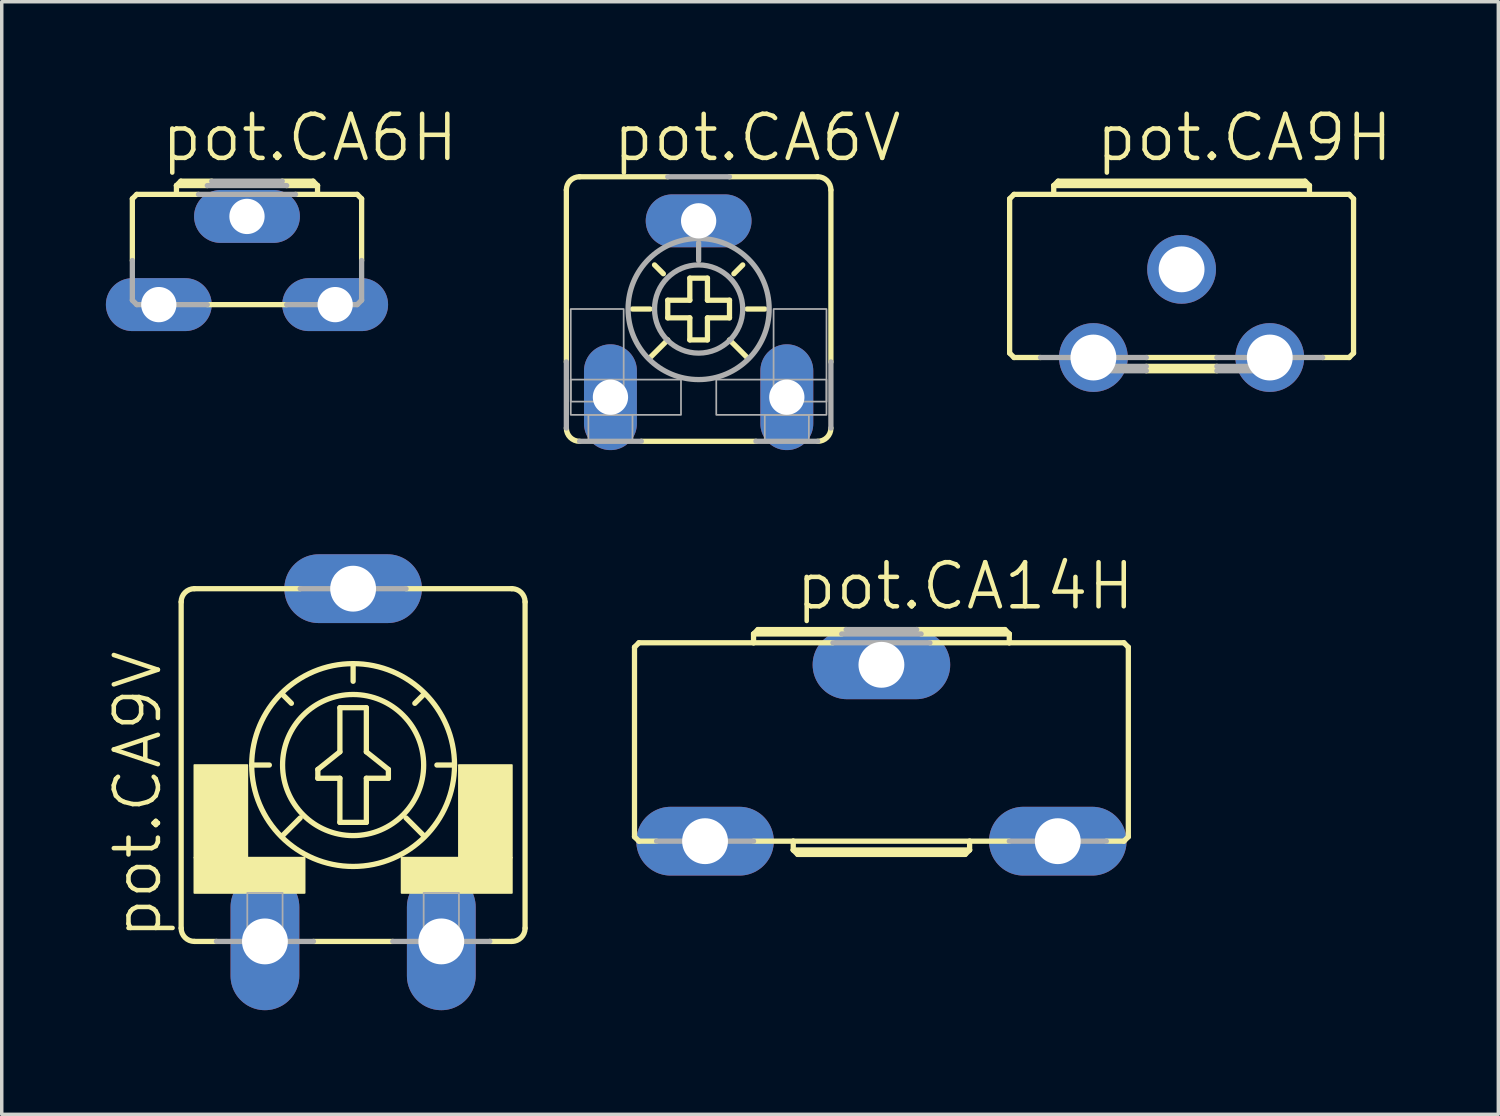
<source format=kicad_pcb>
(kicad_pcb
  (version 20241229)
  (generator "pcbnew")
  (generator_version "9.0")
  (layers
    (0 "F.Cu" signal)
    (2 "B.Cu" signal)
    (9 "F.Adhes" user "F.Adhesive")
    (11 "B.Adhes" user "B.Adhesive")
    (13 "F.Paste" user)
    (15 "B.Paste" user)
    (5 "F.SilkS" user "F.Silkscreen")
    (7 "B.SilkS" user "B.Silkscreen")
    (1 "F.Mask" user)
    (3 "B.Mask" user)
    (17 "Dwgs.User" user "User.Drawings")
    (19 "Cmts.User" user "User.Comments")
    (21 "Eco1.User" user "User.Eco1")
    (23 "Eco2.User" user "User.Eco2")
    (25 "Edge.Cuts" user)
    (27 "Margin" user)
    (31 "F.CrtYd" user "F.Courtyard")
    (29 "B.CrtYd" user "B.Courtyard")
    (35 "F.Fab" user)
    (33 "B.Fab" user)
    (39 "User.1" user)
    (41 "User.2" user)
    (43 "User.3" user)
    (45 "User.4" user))
  (footprint "pot.CA9V"
    (layer "F.Cu")
    (at 7.121 18.986)
    (property "Reference" "pot.CA9V" (at -5.461 5.08 90) (layer "F.SilkS") (effects (font (size 1.27 1.27) (thickness 0.13)) (justify left bottom)))
    (attr through_hole)
    (fp_line (start -4.953 4.699) (end -4.953 -4.699) (stroke (width 0.152) (type default)) (layer "F.SilkS"))
    (fp_line (start -4.572 -5.08) (end -1.524 -5.08) (stroke (width 0.152) (type default)) (layer "F.SilkS"))
    (fp_line (start -3.937 5.08) (end -4.572 5.08) (stroke (width 0.152) (type default)) (layer "F.SilkS"))
    (fp_line (start -2.921 0) (end -2.413 0) (stroke (width 0.152) (type default)) (layer "F.SilkS"))
    (fp_line (start -1.778 -1.778) (end -2.032 -2.032) (stroke (width 0.152) (type default)) (layer "F.SilkS"))
    (fp_line (start -1.524 1.524) (end -2.032 2.032) (stroke (width 0.152) (type default)) (layer "F.SilkS"))
    (fp_line (start -1.016 0.127) (end -0.381 -0.381) (stroke (width 0.152) (type default)) (layer "F.SilkS"))
    (fp_line (start -1.016 0.381) (end -1.016 0.127) (stroke (width 0.152) (type default)) (layer "F.SilkS"))
    (fp_line (start -0.381 -1.651) (end 0.381 -1.651) (stroke (width 0.152) (type default)) (layer "F.SilkS"))
    (fp_line (start -0.381 -0.381) (end -0.381 -1.651) (stroke (width 0.152) (type default)) (layer "F.SilkS"))
    (fp_line (start -0.381 0.381) (end -1.016 0.381) (stroke (width 0.152) (type default)) (layer "F.SilkS"))
    (fp_line (start -0.381 1.651) (end -0.381 0.381) (stroke (width 0.152) (type default)) (layer "F.SilkS"))
    (fp_line (start 0 -2.413) (end 0 -2.921) (stroke (width 0.152) (type default)) (layer "F.SilkS"))
    (fp_line (start 0.381 -1.651) (end 0.381 -0.381) (stroke (width 0.152) (type default)) (layer "F.SilkS"))
    (fp_line (start 0.381 -0.381) (end 1.016 0.127) (stroke (width 0.152) (type default)) (layer "F.SilkS"))
    (fp_line (start 0.381 0.381) (end 0.381 1.651) (stroke (width 0.152) (type default)) (layer "F.SilkS"))
    (fp_line (start 0.381 1.651) (end -0.381 1.651) (stroke (width 0.152) (type default)) (layer "F.SilkS"))
    (fp_line (start 1.016 0.127) (end 1.016 0.381) (stroke (width 0.152) (type default)) (layer "F.SilkS"))
    (fp_line (start 1.016 0.381) (end 0.381 0.381) (stroke (width 0.152) (type default)) (layer "F.SilkS"))
    (fp_line (start 1.143 5.08) (end -1.143 5.08) (stroke (width 0.152) (type default)) (layer "F.SilkS"))
    (fp_line (start 1.524 1.524) (end 2.032 2.032) (stroke (width 0.152) (type default)) (layer "F.SilkS"))
    (fp_line (start 1.778 -1.778) (end 2.032 -2.032) (stroke (width 0.152) (type default)) (layer "F.SilkS"))
    (fp_line (start 2.413 0) (end 2.921 0) (stroke (width 0.152) (type default)) (layer "F.SilkS"))
    (fp_line (start 4.572 -5.08) (end 1.524 -5.08) (stroke (width 0.152) (type default)) (layer "F.SilkS"))
    (fp_line (start 4.572 5.08) (end 3.937 5.08) (stroke (width 0.152) (type default)) (layer "F.SilkS"))
    (fp_line (start 4.953 -4.699) (end 4.953 4.699) (stroke (width 0.152) (type default)) (layer "F.SilkS"))
    (fp_rect (start -4.572 2.667) (end -3.048 0) (stroke (width 0.05) (type default)) (fill yes) (layer "F.SilkS"))
    (fp_rect (start -4.572 3.683) (end -1.397 2.667) (stroke (width 0.05) (type default)) (fill yes) (layer "F.SilkS"))
    (fp_rect (start 1.397 3.683) (end 4.572 2.667) (stroke (width 0.05) (type default)) (fill yes) (layer "F.SilkS"))
    (fp_rect (start 3.048 2.667) (end 4.572 0) (stroke (width 0.05) (type default)) (fill yes) (layer "F.SilkS"))
    (fp_arc (start -4.953 -4.699) (mid -4.841408 -4.968408) (end -4.572 -5.08) (stroke (width 0.1524) (type default)) (layer "F.SilkS"))
    (fp_arc (start -4.572 5.08) (mid -4.841408 4.968408) (end -4.953 4.699) (stroke (width 0.1524) (type default)) (layer "F.SilkS"))
    (fp_arc (start 4.572 -5.08) (mid 4.841408 -4.968408) (end 4.953 -4.699) (stroke (width 0.1524) (type default)) (layer "F.SilkS"))
    (fp_arc (start 4.953 4.699) (mid 4.841408 4.968408) (end 4.572 5.08) (stroke (width 0.1524) (type default)) (layer "F.SilkS"))
    (fp_circle (center 0 0) (end 2.032 0) (stroke (width 0.152) (type default)) (fill no) (layer "F.SilkS"))
    (fp_circle (center 0 0) (end 2.921 0) (stroke (width 0.152) (type default)) (fill no) (layer "F.SilkS"))
    (fp_line (start -1.143 5.08) (end -3.937 5.08) (stroke (width 0.152) (type default)) (layer "F.Fab"))
    (fp_line (start 1.524 -5.08) (end -1.524 -5.08) (stroke (width 0.152) (type default)) (layer "F.Fab"))
    (fp_line (start 3.937 5.08) (end 1.143 5.08) (stroke (width 0.152) (type default)) (layer "F.Fab"))
    (fp_rect (start -3.048 5.461) (end -2.032 3.683) (stroke (width 0.05) (type default)) (fill no) (layer "F.Fab"))
    (fp_rect (start -0.508 -5.08) (end 0.508 -5.461) (stroke (width 0.05) (type default)) (fill no) (layer "F.Fab"))
    (fp_rect (start 2.032 5.461) (end 3.048 3.683) (stroke (width 0.05) (type default)) (fill no) (layer "F.Fab"))
    (pad "A" thru_hole oval (at -2.54 5.08 90) (size 3.962 1.981) (drill 1.321) (layers "*.Cu" "*.Mask"))
    (pad "E" thru_hole oval (at 2.54 5.08 90) (size 3.962 1.981) (drill 1.321) (layers "*.Cu" "*.Mask"))
    (pad "S" thru_hole oval (at 0 -5.08) (size 3.962 1.981) (drill 1.321) (layers "*.Cu" "*.Mask")))
  (footprint "pot.CA6V"
    (layer "F.Cu")
    (at 17.073 5.851)
    (property "Reference" "pot.CA6V" (at -2.54 -4.191 0) (layer "F.SilkS") (effects (font (size 1.27 1.27) (thickness 0.13)) (justify left bottom)))
    (attr through_hole)
    (fp_line (start -3.81 -3.429) (end -3.81 1.524) (stroke (width 0.152) (type default)) (layer "F.SilkS"))
    (fp_line (start -3.429 -3.81) (end -0.889 -3.81) (stroke (width 0.152) (type default)) (layer "F.SilkS"))
    (fp_line (start -1.905 0) (end -1.397 0) (stroke (width 0.152) (type default)) (layer "F.SilkS"))
    (fp_line (start -1.016 -1.016) (end -1.27 -1.27) (stroke (width 0.152) (type default)) (layer "F.SilkS"))
    (fp_line (start -0.889 -0.254) (end -0.254 -0.254) (stroke (width 0.152) (type default)) (layer "F.SilkS"))
    (fp_line (start -0.889 0.254) (end -0.889 -0.254) (stroke (width 0.152) (type default)) (layer "F.SilkS"))
    (fp_line (start -0.889 0.889) (end -1.397 1.397) (stroke (width 0.152) (type default)) (layer "F.SilkS"))
    (fp_line (start -0.254 -0.889) (end 0.254 -0.889) (stroke (width 0.152) (type default)) (layer "F.SilkS"))
    (fp_line (start -0.254 -0.254) (end -0.254 -0.889) (stroke (width 0.152) (type default)) (layer "F.SilkS"))
    (fp_line (start -0.254 0.254) (end -0.889 0.254) (stroke (width 0.152) (type default)) (layer "F.SilkS"))
    (fp_line (start -0.254 0.889) (end -0.254 0.254) (stroke (width 0.152) (type default)) (layer "F.SilkS"))
    (fp_line (start 0.254 -0.889) (end 0.254 -0.254) (stroke (width 0.152) (type default)) (layer "F.SilkS"))
    (fp_line (start 0.254 -0.254) (end 0.889 -0.254) (stroke (width 0.152) (type default)) (layer "F.SilkS"))
    (fp_line (start 0.254 0.254) (end 0.254 0.889) (stroke (width 0.152) (type default)) (layer "F.SilkS"))
    (fp_line (start 0.254 0.889) (end -0.254 0.889) (stroke (width 0.152) (type default)) (layer "F.SilkS"))
    (fp_line (start 0.889 -0.254) (end 0.889 0.254) (stroke (width 0.152) (type default)) (layer "F.SilkS"))
    (fp_line (start 0.889 0.254) (end 0.254 0.254) (stroke (width 0.152) (type default)) (layer "F.SilkS"))
    (fp_line (start 0.889 0.889) (end 1.397 1.397) (stroke (width 0.152) (type default)) (layer "F.SilkS"))
    (fp_line (start 1.016 -1.016) (end 1.27 -1.27) (stroke (width 0.152) (type default)) (layer "F.SilkS"))
    (fp_line (start 1.397 0) (end 1.905 0) (stroke (width 0.152) (type default)) (layer "F.SilkS"))
    (fp_line (start 1.651 3.81) (end -1.651 3.81) (stroke (width 0.152) (type default)) (layer "F.SilkS"))
    (fp_line (start 3.429 -3.81) (end 0.889 -3.81) (stroke (width 0.152) (type default)) (layer "F.SilkS"))
    (fp_line (start 3.81 1.524) (end 3.81 -3.429) (stroke (width 0.152) (type default)) (layer "F.SilkS"))
    (fp_arc (start -3.81 -3.429) (mid -3.698408 -3.698408) (end -3.429 -3.81) (stroke (width 0.1524) (type default)) (layer "F.SilkS"))
    (fp_arc (start -3.429 3.81) (mid -3.698408 3.698408) (end -3.81 3.429) (stroke (width 0.1524) (type default)) (layer "F.SilkS"))
    (fp_arc (start 3.429 -3.81) (mid 3.698408 -3.698408) (end 3.81 -3.429) (stroke (width 0.1524) (type default)) (layer "F.SilkS"))
    (fp_arc (start 3.81 3.429) (mid 3.698408 3.698408) (end 3.429 3.81) (stroke (width 0.1524) (type default)) (layer "F.SilkS"))
    (fp_line (start -3.81 3.429) (end -3.81 1.524) (stroke (width 0.152) (type default)) (layer "F.Fab"))
    (fp_line (start -1.651 3.81) (end -3.429 3.81) (stroke (width 0.152) (type default)) (layer "F.Fab"))
    (fp_line (start 0 -1.397) (end 0 -1.905) (stroke (width 0.152) (type default)) (layer "F.Fab"))
    (fp_line (start 0.889 -3.81) (end -0.889 -3.81) (stroke (width 0.152) (type default)) (layer "F.Fab"))
    (fp_line (start 3.429 3.81) (end 1.651 3.81) (stroke (width 0.152) (type default)) (layer "F.Fab"))
    (fp_line (start 3.81 1.524) (end 3.81 3.429) (stroke (width 0.152) (type default)) (layer "F.Fab"))
    (fp_rect (start -3.683 2.667) (end -2.159 0) (stroke (width 0.05) (type default)) (fill no) (layer "F.Fab"))
    (fp_rect (start -3.683 3.048) (end -0.508 2.032) (stroke (width 0.05) (type default)) (fill no) (layer "F.Fab"))
    (fp_rect (start -3.175 3.81) (end -1.905 3.048) (stroke (width 0.05) (type default)) (fill no) (layer "F.Fab"))
    (fp_rect (start 0.508 3.048) (end 3.683 2.032) (stroke (width 0.05) (type default)) (fill no) (layer "F.Fab"))
    (fp_rect (start 1.905 3.81) (end 3.175 3.048) (stroke (width 0.05) (type default)) (fill no) (layer "F.Fab"))
    (fp_rect (start 2.159 2.667) (end 3.683 0) (stroke (width 0.05) (type default)) (fill no) (layer "F.Fab"))
    (fp_circle (center 0 0) (end 1.27 0) (stroke (width 0.152) (type default)) (fill no) (layer "F.Fab"))
    (fp_circle (center 0 0) (end 2.032 0) (stroke (width 0.152) (type default)) (fill no) (layer "F.Fab"))
    (pad "A" thru_hole oval (at -2.54 2.54 90) (size 3.048 1.524) (drill 1.016) (layers "*.Cu" "*.Mask"))
    (pad "E" thru_hole oval (at 2.54 2.54 90) (size 3.048 1.524) (drill 1.016) (layers "*.Cu" "*.Mask"))
    (pad "S" thru_hole oval (at 0 -2.54) (size 3.048 1.524) (drill 1.016) (layers "*.Cu" "*.Mask")))
  (footprint "pot.CA6H"
    (layer "F.Cu")
    (at 4.064 5.724)
    (property "Reference" "pot.CA6H" (at -2.54 -4.064 0) (layer "F.SilkS") (effects (font (size 1.27 1.27) (thickness 0.13)) (justify left bottom)))
    (attr through_hole)
    (fp_line (start -3.302 -1.27) (end -3.302 -3.048) (stroke (width 0.152) (type default)) (layer "F.SilkS"))
    (fp_line (start -3.175 -3.175) (end -3.302 -3.048) (stroke (width 0.152) (type default)) (layer "F.SilkS"))
    (fp_line (start -2.032 -3.429) (end -1.143 -3.429) (stroke (width 0.152) (type default)) (layer "F.SilkS"))
    (fp_line (start -2.032 -3.175) (end -3.175 -3.175) (stroke (width 0.152) (type default)) (layer "F.SilkS"))
    (fp_line (start -2.032 -3.175) (end -2.032 -3.429) (stroke (width 0.152) (type default)) (layer "F.SilkS"))
    (fp_line (start -2.032 -3.175) (end -1.397 -3.175) (stroke (width 0.152) (type default)) (layer "F.SilkS"))
    (fp_line (start -1.905 -3.556) (end -2.032 -3.429) (stroke (width 0.152) (type default)) (layer "F.SilkS"))
    (fp_line (start -1.905 -3.556) (end -1.016 -3.556) (stroke (width 0.152) (type default)) (layer "F.SilkS"))
    (fp_line (start 1.016 -3.556) (end 1.905 -3.556) (stroke (width 0.152) (type default)) (layer "F.SilkS"))
    (fp_line (start 1.143 -3.429) (end 2.032 -3.429) (stroke (width 0.152) (type default)) (layer "F.SilkS"))
    (fp_line (start 1.143 0) (end -1.143 0) (stroke (width 0.152) (type default)) (layer "F.SilkS"))
    (fp_line (start 1.397 -3.175) (end 2.032 -3.175) (stroke (width 0.152) (type default)) (layer "F.SilkS"))
    (fp_line (start 2.032 -3.429) (end 1.905 -3.556) (stroke (width 0.152) (type default)) (layer "F.SilkS"))
    (fp_line (start 2.032 -3.429) (end 2.032 -3.175) (stroke (width 0.152) (type default)) (layer "F.SilkS"))
    (fp_line (start 3.175 -3.175) (end 2.032 -3.175) (stroke (width 0.152) (type default)) (layer "F.SilkS"))
    (fp_line (start 3.302 -3.048) (end 3.175 -3.175) (stroke (width 0.152) (type default)) (layer "F.SilkS"))
    (fp_line (start 3.302 -1.27) (end 3.302 -3.048) (stroke (width 0.152) (type default)) (layer "F.SilkS"))
    (fp_line (start -3.302 -0.127) (end -3.302 -1.27) (stroke (width 0.152) (type default)) (layer "F.Fab"))
    (fp_line (start -3.175 0) (end -3.302 -0.127) (stroke (width 0.152) (type default)) (layer "F.Fab"))
    (fp_line (start -1.143 0) (end -3.175 0) (stroke (width 0.152) (type default)) (layer "F.Fab"))
    (fp_line (start -1.016 -3.556) (end 1.016 -3.556) (stroke (width 0.152) (type default)) (layer "F.Fab"))
    (fp_line (start 1.143 -3.429) (end -1.143 -3.429) (stroke (width 0.152) (type default)) (layer "F.Fab"))
    (fp_line (start 1.397 -3.175) (end -1.397 -3.175) (stroke (width 0.152) (type default)) (layer "F.Fab"))
    (fp_line (start 3.175 0) (end 1.143 0) (stroke (width 0.152) (type default)) (layer "F.Fab"))
    (fp_line (start 3.302 -1.27) (end 3.302 -0.127) (stroke (width 0.152) (type default)) (layer "F.Fab"))
    (fp_line (start 3.302 -0.127) (end 3.175 0) (stroke (width 0.152) (type default)) (layer "F.Fab"))
    (pad "A" thru_hole oval (at -2.54 0) (size 3.048 1.524) (drill 1.016) (layers "*.Cu" "*.Mask"))
    (pad "E" thru_hole oval (at 2.54 0) (size 3.048 1.524) (drill 1.016) (layers "*.Cu" "*.Mask"))
    (pad "S" thru_hole oval (at 0 -2.54) (size 3.048 1.524) (drill 1.016) (layers "*.Cu" "*.Mask")))
  (footprint "pot.CA9H"
    (layer "F.Cu")
    (at 30.984 7.248)
    (property "Reference" "pot.CA9H" (at -2.54 -5.588 0) (layer "F.SilkS") (effects (font (size 1.27 1.27) (thickness 0.13)) (justify left bottom)))
    (attr through_hole)
    (fp_line (start -4.953 -0.127) (end -4.953 -4.572) (stroke (width 0.152) (type default)) (layer "F.SilkS"))
    (fp_line (start -4.826 -4.699) (end -4.953 -4.572) (stroke (width 0.152) (type default)) (layer "F.SilkS"))
    (fp_line (start -4.826 0) (end -4.953 -0.127) (stroke (width 0.152) (type default)) (layer "F.SilkS"))
    (fp_line (start -4.064 0) (end -4.826 0) (stroke (width 0.152) (type default)) (layer "F.SilkS"))
    (fp_line (start -3.683 -4.699) (end -4.826 -4.699) (stroke (width 0.152) (type default)) (layer "F.SilkS"))
    (fp_line (start -3.683 -4.699) (end -3.683 -4.953) (stroke (width 0.152) (type default)) (layer "F.SilkS"))
    (fp_line (start -3.556 -5.08) (end -3.683 -4.953) (stroke (width 0.152) (type default)) (layer "F.SilkS"))
    (fp_line (start -3.556 -5.08) (end 3.556 -5.08) (stroke (width 0.152) (type default)) (layer "F.SilkS"))
    (fp_line (start -1.016 0.254) (end 1.016 0.254) (stroke (width 0.152) (type default)) (layer "F.SilkS"))
    (fp_line (start 1.016 0) (end -1.016 0) (stroke (width 0.152) (type default)) (layer "F.SilkS"))
    (fp_line (start 1.016 0.381) (end -1.016 0.381) (stroke (width 0.152) (type default)) (layer "F.SilkS"))
    (fp_line (start 3.683 -4.953) (end -3.683 -4.953) (stroke (width 0.152) (type default)) (layer "F.SilkS"))
    (fp_line (start 3.683 -4.953) (end 3.556 -5.08) (stroke (width 0.152) (type default)) (layer "F.SilkS"))
    (fp_line (start 3.683 -4.953) (end 3.683 -4.699) (stroke (width 0.152) (type default)) (layer "F.SilkS"))
    (fp_line (start 3.683 -4.699) (end -3.683 -4.699) (stroke (width 0.152) (type default)) (layer "F.SilkS"))
    (fp_line (start 4.826 -4.699) (end 3.683 -4.699) (stroke (width 0.152) (type default)) (layer "F.SilkS"))
    (fp_line (start 4.826 0) (end 4.064 0) (stroke (width 0.152) (type default)) (layer "F.SilkS"))
    (fp_line (start 4.953 -4.572) (end 4.826 -4.699) (stroke (width 0.152) (type default)) (layer "F.SilkS"))
    (fp_line (start 4.953 -4.572) (end 4.953 -0.127) (stroke (width 0.152) (type default)) (layer "F.SilkS"))
    (fp_line (start 4.953 -0.127) (end 4.826 0) (stroke (width 0.152) (type default)) (layer "F.SilkS"))
    (fp_line (start -2.54 0) (end -4.064 0) (stroke (width 0.152) (type default)) (layer "F.Fab"))
    (fp_line (start -2.54 0.254) (end -2.54 0) (stroke (width 0.152) (type default)) (layer "F.Fab"))
    (fp_line (start -2.54 0.254) (end -1.016 0.254) (stroke (width 0.152) (type default)) (layer "F.Fab"))
    (fp_line (start -2.413 0.381) (end -2.54 0.254) (stroke (width 0.152) (type default)) (layer "F.Fab"))
    (fp_line (start -1.016 0) (end -2.54 0) (stroke (width 0.152) (type default)) (layer "F.Fab"))
    (fp_line (start -1.016 0.381) (end -2.413 0.381) (stroke (width 0.152) (type default)) (layer "F.Fab"))
    (fp_line (start 1.016 0.254) (end 2.54 0.254) (stroke (width 0.152) (type default)) (layer "F.Fab"))
    (fp_line (start 2.413 0.381) (end 1.016 0.381) (stroke (width 0.152) (type default)) (layer "F.Fab"))
    (fp_line (start 2.413 0.381) (end 2.54 0.254) (stroke (width 0.152) (type default)) (layer "F.Fab"))
    (fp_line (start 2.54 0) (end 1.016 0) (stroke (width 0.152) (type default)) (layer "F.Fab"))
    (fp_line (start 2.54 0.254) (end 2.54 0) (stroke (width 0.152) (type default)) (layer "F.Fab"))
    (fp_line (start 4.064 0) (end 2.54 0) (stroke (width 0.152) (type default)) (layer "F.Fab"))
    (pad "A" thru_hole circle (at -2.54 0) (size 1.981 1.981) (drill 1.321) (layers "*.Cu" "*.Mask"))
    (pad "E" thru_hole circle (at 2.54 0) (size 1.981 1.981) (drill 1.321) (layers "*.Cu" "*.Mask"))
    (pad "S" thru_hole circle (at 0 -2.54) (size 1.981 1.981) (drill 1.321) (layers "*.Cu" "*.Mask")))
  (footprint "pot.CA14H"
    (layer "F.Cu")
    (at 22.338 21.179)
    (property "Reference" "pot.CA14H" (at -2.54 -6.604 0) (layer "F.SilkS") (effects (font (size 1.27 1.27) (thickness 0.13)) (justify left bottom)))
    (attr through_hole)
    (fp_line (start -7.112 -0.127) (end -7.112 -5.588) (stroke (width 0.152) (type default)) (layer "F.SilkS"))
    (fp_line (start -6.985 -5.715) (end -7.112 -5.588) (stroke (width 0.152) (type default)) (layer "F.SilkS"))
    (fp_line (start -6.985 0) (end -7.112 -0.127) (stroke (width 0.152) (type default)) (layer "F.SilkS"))
    (fp_line (start -6.477 0) (end -6.985 0) (stroke (width 0.152) (type default)) (layer "F.SilkS"))
    (fp_line (start -3.683 -5.969) (end -1.143 -5.969) (stroke (width 0.152) (type default)) (layer "F.SilkS"))
    (fp_line (start -3.683 -5.715) (end -6.985 -5.715) (stroke (width 0.152) (type default)) (layer "F.SilkS"))
    (fp_line (start -3.683 -5.715) (end -3.683 -5.969) (stroke (width 0.152) (type default)) (layer "F.SilkS"))
    (fp_line (start -3.556 -6.096) (end -3.683 -5.969) (stroke (width 0.152) (type default)) (layer "F.SilkS"))
    (fp_line (start -2.54 0) (end -3.683 0) (stroke (width 0.152) (type default)) (layer "F.SilkS"))
    (fp_line (start -2.54 0.254) (end -2.54 0) (stroke (width 0.152) (type default)) (layer "F.SilkS"))
    (fp_line (start -2.54 0.254) (end 2.54 0.254) (stroke (width 0.152) (type default)) (layer "F.SilkS"))
    (fp_line (start -2.413 0.381) (end -2.54 0.254) (stroke (width 0.152) (type default)) (layer "F.SilkS"))
    (fp_line (start -1.397 -5.715) (end -3.683 -5.715) (stroke (width 0.152) (type default)) (layer "F.SilkS"))
    (fp_line (start -1.016 -6.096) (end -3.556 -6.096) (stroke (width 0.152) (type default)) (layer "F.SilkS"))
    (fp_line (start 1.016 -6.096) (end 3.556 -6.096) (stroke (width 0.152) (type default)) (layer "F.SilkS"))
    (fp_line (start 1.397 -5.715) (end 3.683 -5.715) (stroke (width 0.152) (type default)) (layer "F.SilkS"))
    (fp_line (start 2.413 0.381) (end -2.413 0.381) (stroke (width 0.152) (type default)) (layer "F.SilkS"))
    (fp_line (start 2.413 0.381) (end 2.54 0.254) (stroke (width 0.152) (type default)) (layer "F.SilkS"))
    (fp_line (start 2.54 0) (end -2.54 0) (stroke (width 0.152) (type default)) (layer "F.SilkS"))
    (fp_line (start 2.54 0) (end 3.683 0) (stroke (width 0.152) (type default)) (layer "F.SilkS"))
    (fp_line (start 2.54 0.254) (end 2.54 0) (stroke (width 0.152) (type default)) (layer "F.SilkS"))
    (fp_line (start 3.683 -5.969) (end 1.143 -5.969) (stroke (width 0.152) (type default)) (layer "F.SilkS"))
    (fp_line (start 3.683 -5.969) (end 3.556 -6.096) (stroke (width 0.152) (type default)) (layer "F.SilkS"))
    (fp_line (start 3.683 -5.969) (end 3.683 -5.715) (stroke (width 0.152) (type default)) (layer "F.SilkS"))
    (fp_line (start 6.985 -5.715) (end 3.683 -5.715) (stroke (width 0.152) (type default)) (layer "F.SilkS"))
    (fp_line (start 6.985 0) (end 6.477 0) (stroke (width 0.152) (type default)) (layer "F.SilkS"))
    (fp_line (start 7.112 -5.588) (end 6.985 -5.715) (stroke (width 0.152) (type default)) (layer "F.SilkS"))
    (fp_line (start 7.112 -5.588) (end 7.112 -0.127) (stroke (width 0.152) (type default)) (layer "F.SilkS"))
    (fp_line (start 7.112 -0.127) (end 6.985 0) (stroke (width 0.152) (type default)) (layer "F.SilkS"))
    (fp_line (start -3.683 0) (end -6.477 0) (stroke (width 0.152) (type default)) (layer "F.Fab"))
    (fp_line (start -1.016 -6.096) (end 1.016 -6.096) (stroke (width 0.152) (type default)) (layer "F.Fab"))
    (fp_line (start 1.143 -5.969) (end -1.143 -5.969) (stroke (width 0.152) (type default)) (layer "F.Fab"))
    (fp_line (start 1.397 -5.715) (end -1.397 -5.715) (stroke (width 0.152) (type default)) (layer "F.Fab"))
    (fp_line (start 6.477 0) (end 3.683 0) (stroke (width 0.152) (type default)) (layer "F.Fab"))
    (pad "A" thru_hole oval (at -5.08 0) (size 3.962 1.981) (drill 1.321) (layers "*.Cu" "*.Mask"))
    (pad "E" thru_hole oval (at 5.08 0) (size 3.962 1.981) (drill 1.321) (layers "*.Cu" "*.Mask"))
    (pad "S" thru_hole oval (at 0 -5.08) (size 3.962 1.981) (drill 1.321) (layers "*.Cu" "*.Mask")))
  (gr_rect
    (start -3 -3)
    (end 40.107 29.047)
    (stroke (width 0.1) (type default))
    (fill no)
    (layer "Edge.Cuts")))
</source>
